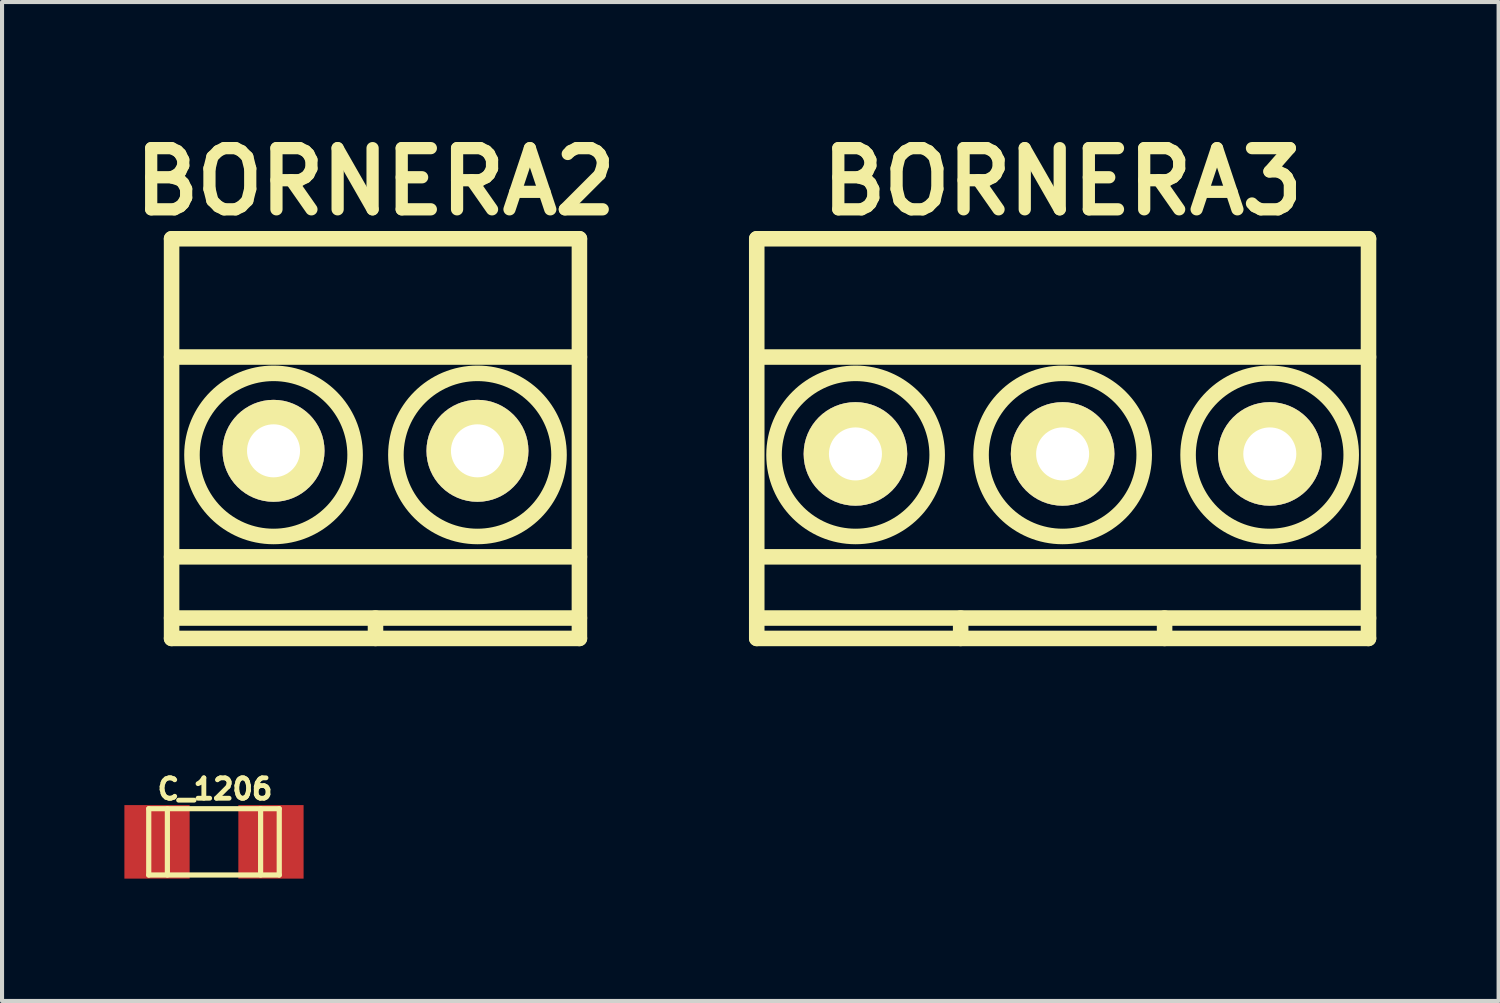
<source format=kicad_pcb>
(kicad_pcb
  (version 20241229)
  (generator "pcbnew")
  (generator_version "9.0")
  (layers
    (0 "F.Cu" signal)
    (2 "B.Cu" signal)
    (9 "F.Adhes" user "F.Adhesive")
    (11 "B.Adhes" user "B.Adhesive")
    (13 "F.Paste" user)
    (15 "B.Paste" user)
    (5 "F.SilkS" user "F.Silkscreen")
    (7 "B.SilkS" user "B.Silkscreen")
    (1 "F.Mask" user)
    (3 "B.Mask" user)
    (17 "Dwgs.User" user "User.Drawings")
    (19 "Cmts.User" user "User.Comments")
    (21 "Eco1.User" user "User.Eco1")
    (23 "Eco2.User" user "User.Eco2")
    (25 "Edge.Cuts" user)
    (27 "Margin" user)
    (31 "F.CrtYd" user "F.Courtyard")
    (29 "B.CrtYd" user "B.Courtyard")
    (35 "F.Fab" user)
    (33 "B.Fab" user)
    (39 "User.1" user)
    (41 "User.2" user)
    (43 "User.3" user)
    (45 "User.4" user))
  (footprint "BORNERA2"
    (layer "F.Cu")
    (at 6.157 8.004)
    (property "Reference" "BORNERA2" (at 0 -6.6 0) (layer "F.SilkS") (effects (font (size 1.5 1.5) (thickness 0.3))))
    (attr through_hole)
    (fp_line (start -5 -5.2) (end -5 4.6) (stroke (width 0.381) (type solid)) (layer "F.SilkS"))
    (fp_line (start -5 -2.3) (end 5 -2.3) (stroke (width 0.381) (type solid)) (layer "F.SilkS"))
    (fp_line (start -5 2.6) (end 5 2.6) (stroke (width 0.381) (type solid)) (layer "F.SilkS"))
    (fp_line (start -5 4.1) (end 5 4.1) (stroke (width 0.381) (type solid)) (layer "F.SilkS"))
    (fp_line (start -5 4.6) (end 5 4.6) (stroke (width 0.381) (type solid)) (layer "F.SilkS"))
    (fp_line (start 0 4.1) (end 0 4.6) (stroke (width 0.381) (type solid)) (layer "F.SilkS"))
    (fp_line (start 5 -5.2) (end -5 -5.2) (stroke (width 0.381) (type solid)) (layer "F.SilkS"))
    (fp_line (start 5 4.6) (end 5 -5.2) (stroke (width 0.381) (type solid)) (layer "F.SilkS"))
    (fp_circle (center -2.5 0.1) (end -0.5 0.1) (stroke (width 0.381) (type solid)) (fill no) (layer "F.SilkS"))
    (fp_circle (center 2.5 0.1) (end 0.5 0.1) (stroke (width 0.381) (type solid)) (fill no) (layer "F.SilkS"))
    (pad "1" thru_hole circle (at -2.5 0) (size 2.5 2.5) (drill 1.3) (layers "*.Cu" "*.Mask" "F.SilkS"))
    (pad "2" thru_hole circle (at 2.5 0) (size 2.5 2.5) (drill 1.3) (layers "*.Cu" "*.Mask" "F.SilkS")))
  (footprint "BORNERA3"
    (layer "F.Cu")
    (at 23.005 8.08)
    (property "Reference" "BORNERA3" (at 0 -6.676 0) (layer "F.SilkS") (effects (font (size 1.5 1.5) (thickness 0.3))))
    (attr through_hole)
    (fp_line (start -7.5 -5.276) (end -7.5 4.524) (stroke (width 0.381) (type solid)) (layer "F.SilkS"))
    (fp_line (start -7.5 -2.376) (end 7.5 -2.376) (stroke (width 0.381) (type solid)) (layer "F.SilkS"))
    (fp_line (start -7.5 2.524) (end 7.5 2.524) (stroke (width 0.381) (type solid)) (layer "F.SilkS"))
    (fp_line (start -7.5 4.024) (end 7.5 4.024) (stroke (width 0.381) (type solid)) (layer "F.SilkS"))
    (fp_line (start -7.5 4.524) (end 7.5 4.524) (stroke (width 0.381) (type solid)) (layer "F.SilkS"))
    (fp_line (start -2.5 4.024) (end -2.5 4.524) (stroke (width 0.381) (type solid)) (layer "F.SilkS"))
    (fp_line (start 2.5 4.024) (end 2.5 4.524) (stroke (width 0.381) (type solid)) (layer "F.SilkS"))
    (fp_line (start 7.5 -5.276) (end -7.5 -5.276) (stroke (width 0.381) (type solid)) (layer "F.SilkS"))
    (fp_line (start 7.5 4.524) (end 7.5 -5.276) (stroke (width 0.381) (type solid)) (layer "F.SilkS"))
    (fp_circle (center -5.076 0.024) (end -3.076 0.024) (stroke (width 0.381) (type solid)) (fill no) (layer "F.SilkS"))
    (fp_circle (center 0 0.024) (end -2 0.024) (stroke (width 0.381) (type solid)) (fill no) (layer "F.SilkS"))
    (fp_circle (center 5.076 0.024) (end 3.076 0.024) (stroke (width 0.381) (type solid)) (fill no) (layer "F.SilkS"))
    (pad "1" thru_hole circle (at -5.08 0) (size 2.54 2.54) (drill 1.3) (layers "*.Cu" "*.Mask" "F.SilkS"))
    (pad "2" thru_hole circle (at 0 0) (size 2.54 2.54) (drill 1.3) (layers "*.Cu" "*.Mask" "F.SilkS"))
    (pad "3" thru_hole circle (at 5.08 0) (size 2.54 2.54) (drill 1.3) (layers "*.Cu" "*.Mask" "F.SilkS")))
  (footprint "C_1206"
    (layer "F.Cu")
    (at 2.197 17.592)
    (property "Reference" "C_1206" (at 0.025 -1.295 0) (layer "F.SilkS") (effects (font (size 0.5 0.5) (thickness 0.119))))
    (attr through_hole)
    (fp_line (start -1.6 -0.813) (end -1.6 0.813) (stroke (width 0.127) (type solid)) (layer "F.SilkS"))
    (fp_line (start -1.6 0.813) (end 1.6 0.813) (stroke (width 0.127) (type solid)) (layer "F.SilkS"))
    (fp_line (start -1.143 -0.813) (end -1.143 0.813) (stroke (width 0.127) (type solid)) (layer "F.SilkS"))
    (fp_line (start 1.143 0.813) (end 1.143 -0.813) (stroke (width 0.127) (type solid)) (layer "F.SilkS"))
    (fp_line (start 1.6 -0.813) (end -1.6 -0.813) (stroke (width 0.127) (type solid)) (layer "F.SilkS"))
    (fp_line (start 1.6 0.813) (end 1.6 -0.813) (stroke (width 0.127) (type solid)) (layer "F.SilkS"))
    (pad "1" smd rect (at 1.397 0) (size 1.6 1.803) (layers "F.Cu" "F.Mask" "F.Paste"))
    (pad "2" smd rect (at -1.397 0) (size 1.6 1.803) (layers "F.Cu" "F.Mask" "F.Paste")))
  (gr_rect
    (start -3 -3)
    (end 33.695 21.494)
    (stroke (width 0.1) (type default))
    (fill no)
    (layer "Edge.Cuts")))
</source>
